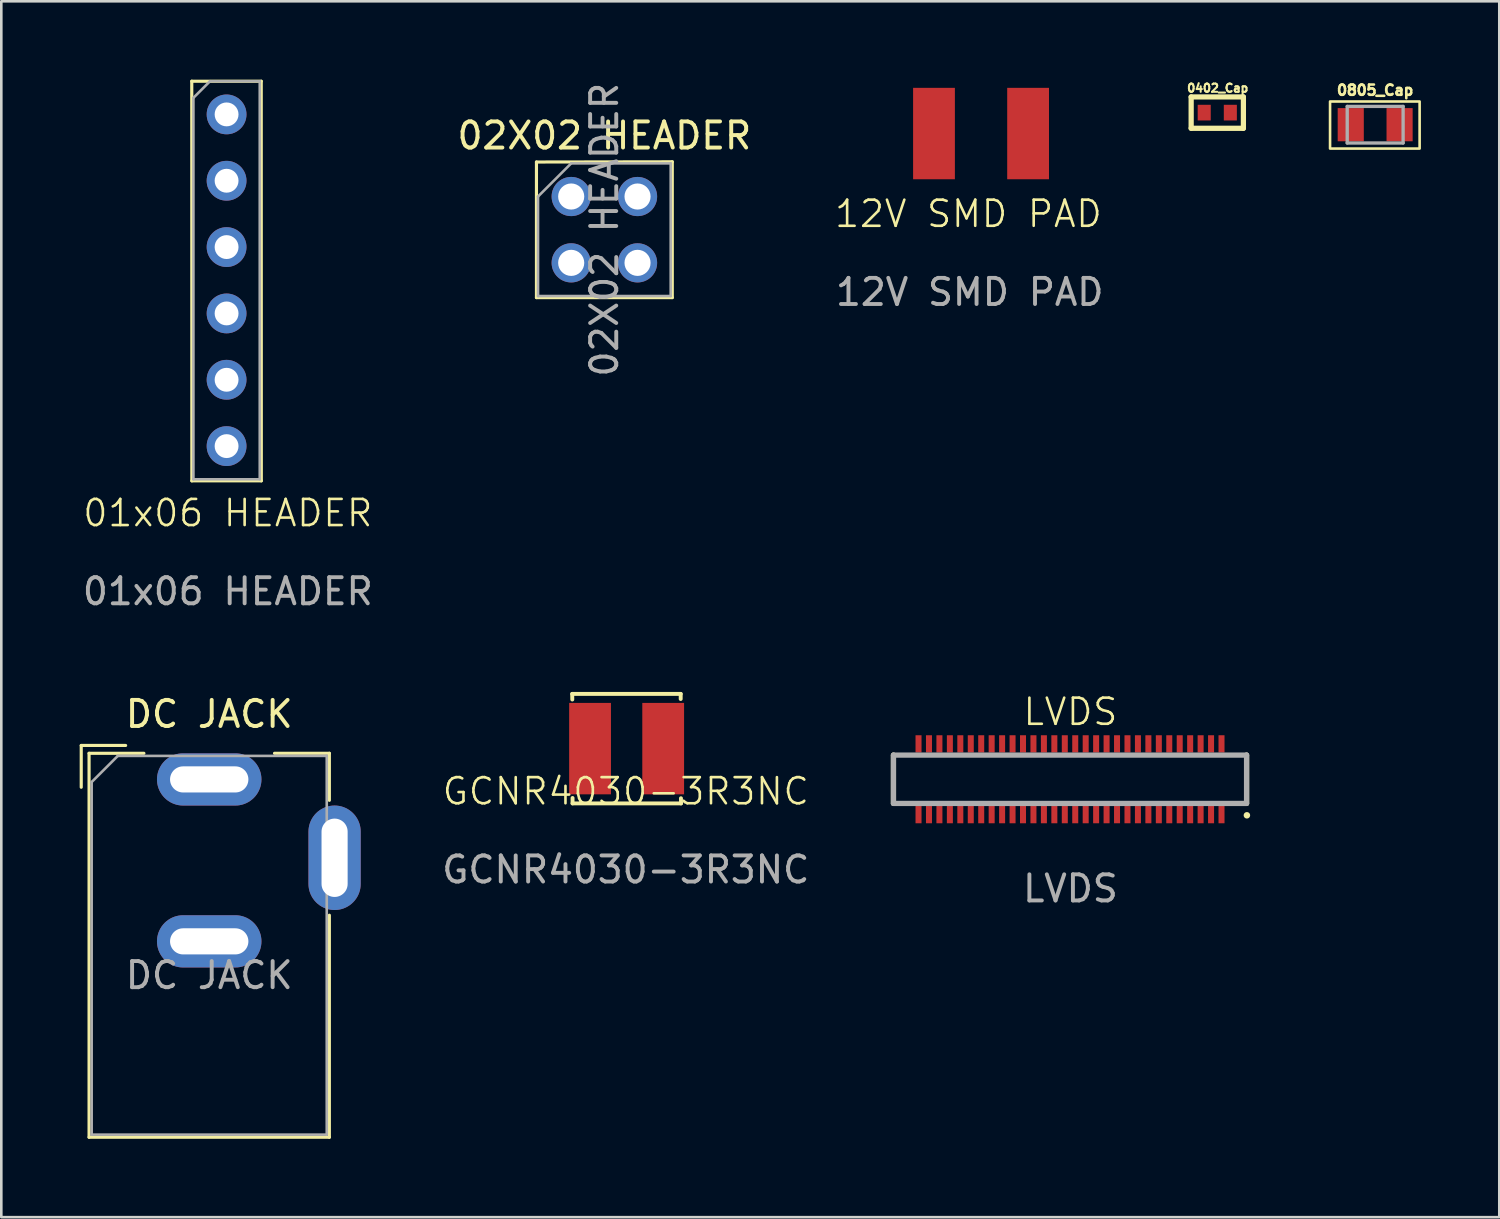
<source format=kicad_pcb>
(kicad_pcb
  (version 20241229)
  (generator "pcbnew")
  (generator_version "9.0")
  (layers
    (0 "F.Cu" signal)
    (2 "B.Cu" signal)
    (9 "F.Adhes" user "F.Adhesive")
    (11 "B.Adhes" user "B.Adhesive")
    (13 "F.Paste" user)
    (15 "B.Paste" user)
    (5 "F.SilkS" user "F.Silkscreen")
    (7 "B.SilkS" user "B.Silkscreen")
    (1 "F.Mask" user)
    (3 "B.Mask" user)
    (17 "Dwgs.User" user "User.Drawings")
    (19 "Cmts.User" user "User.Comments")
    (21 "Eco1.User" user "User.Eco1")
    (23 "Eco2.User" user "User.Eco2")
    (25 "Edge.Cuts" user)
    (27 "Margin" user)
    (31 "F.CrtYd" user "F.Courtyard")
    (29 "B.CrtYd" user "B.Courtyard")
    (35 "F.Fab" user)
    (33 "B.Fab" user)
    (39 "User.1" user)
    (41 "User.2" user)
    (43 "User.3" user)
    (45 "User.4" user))
  (footprint "02X02 HEADER"
    (layer "F.Cu")
    (at 18.819 4.474)
    (property "Reference" "02X02 HEADER" (at 1.27 -2.33 0) (layer "F.SilkS") (effects (font (size 1 1) (thickness 0.15))))
    (attr through_hole)
    (fp_line (start -1.33 -1.321) (end -1.33 3.87) (stroke (width 0.12) (type solid)) (layer "F.SilkS"))
    (fp_line (start -1.33 -1.321) (end 3.87 -1.33) (stroke (width 0.12) (type solid)) (layer "F.SilkS"))
    (fp_line (start -1.33 3.87) (end 3.87 3.87) (stroke (width 0.12) (type solid)) (layer "F.SilkS"))
    (fp_line (start 3.87 -1.33) (end 3.87 3.87) (stroke (width 0.12) (type solid)) (layer "F.SilkS"))
    (fp_line (start -1.27 0) (end 0 -1.27) (stroke (width 0.1) (type solid)) (layer "F.Fab"))
    (fp_line (start -1.27 3.81) (end -1.27 0) (stroke (width 0.1) (type solid)) (layer "F.Fab"))
    (fp_line (start 0 -1.27) (end 3.81 -1.27) (stroke (width 0.1) (type solid)) (layer "F.Fab"))
    (fp_line (start 3.81 -1.27) (end 3.81 3.81) (stroke (width 0.1) (type solid)) (layer "F.Fab"))
    (fp_line (start 3.81 3.81) (end -1.27 3.81) (stroke (width 0.1) (type solid)) (layer "F.Fab"))
    (fp_text user "${REFERENCE}" (at 1.27 1.27 90) (layer "F.Fab") (effects (font (size 1 1) (thickness 0.15))))
    (pad "1" thru_hole circle (at 0 0) (size 1.5 1.5) (drill 1) (layers "*.Cu" "*.Mask"))
    (pad "2" thru_hole circle (at 2.54 0) (size 1.5 1.5) (drill 1) (layers "*.Cu" "*.Mask"))
    (pad "3" thru_hole circle (at 0 2.54) (size 1.5 1.5) (drill 1) (layers "*.Cu" "*.Mask"))
    (pad "4" thru_hole circle (at 2.54 2.54) (size 1.5 1.5) (drill 1) (layers "*.Cu" "*.Mask")))
  (footprint "DC JACK"
    (layer "F.Cu")
    (at 4.96 26.791)
    (property "Reference" "DC JACK" (at 0 -2.5 0) (layer "F.SilkS") (effects (font (size 1 1) (thickness 0.15))))
    (attr through_hole)
    (fp_line (start -4.9 -1.3) (end -4.9 0.3) (stroke (width 0.12) (type solid)) (layer "F.SilkS"))
    (fp_line (start -4.6 -1) (end -2.5 -1) (stroke (width 0.12) (type solid)) (layer "F.SilkS"))
    (fp_line (start -4.6 13.7) (end -4.6 -1) (stroke (width 0.12) (type solid)) (layer "F.SilkS"))
    (fp_line (start -3.2 -1.3) (end -4.9 -1.3) (stroke (width 0.12) (type solid)) (layer "F.SilkS"))
    (fp_line (start 2.5 -1) (end 4.6 -1) (stroke (width 0.12) (type solid)) (layer "F.SilkS"))
    (fp_line (start 4.6 -1) (end 4.6 0.8) (stroke (width 0.12) (type solid)) (layer "F.SilkS"))
    (fp_line (start 4.6 5.2) (end 4.6 13.7) (stroke (width 0.12) (type solid)) (layer "F.SilkS"))
    (fp_line (start 4.6 13.7) (end -4.6 13.7) (stroke (width 0.12) (type solid)) (layer "F.SilkS"))
    (fp_line (start -4.5 0.1) (end -3.5 -0.9) (stroke (width 0.1) (type solid)) (layer "F.Fab"))
    (fp_line (start -4.5 13.6) (end -4.5 0.1) (stroke (width 0.1) (type solid)) (layer "F.Fab"))
    (fp_line (start 4.5 -0.9) (end -3.5 -0.9) (stroke (width 0.1) (type solid)) (layer "F.Fab"))
    (fp_line (start 4.5 -0.9) (end 4.5 13.6) (stroke (width 0.1) (type solid)) (layer "F.Fab"))
    (fp_line (start 4.5 13.6) (end -4.5 13.6) (stroke (width 0.1) (type solid)) (layer "F.Fab"))
    (fp_text user "${REFERENCE}" (at 0 7.5 0) (layer "F.Fab") (effects (font (size 1 1) (thickness 0.15))))
    (pad "1" thru_hole oval (at 0 0) (size 4 2) (drill oval 3 1) (layers "*.Cu" "*.Mask"))
    (pad "2" thru_hole oval (at 0 6.2) (size 4 2) (drill oval 3 1) (layers "*.Cu" "*.Mask"))
    (pad "3" thru_hole oval (at 4.8 3 90) (size 4 2) (drill oval 3 1) (layers "*.Cu" "*.Mask")))
  (footprint "LVDS"
    (layer "F.Cu")
    (at 37.933 28.47)
    (property "Reference" "LVDS" (at 0 -4.267 0) (unlocked yes) (layer "F.SilkS") (effects (font (size 1 1) (thickness 0.1))))
    (attr smd)
    (fp_line (start -6.776 -0.76) (end -6.776 -2.61) (stroke (width 0.2) (type solid)) (layer "F.SilkS"))
    (fp_line (start 6.744 -2.61) (end 6.744 -0.76) (stroke (width 0.2) (type solid)) (layer "F.SilkS"))
    (fp_line (start 6.756 -0.305) (end 6.756 -0.305) (stroke (width 0.25) (type default)) (layer "F.SilkS"))
    (fp_line (start -6.776 -2.61) (end 6.744 -2.61) (stroke (width 0.2) (type solid)) (layer "F.Fab"))
    (fp_line (start -6.776 -0.76) (end -6.776 -2.61) (stroke (width 0.2) (type solid)) (layer "F.Fab"))
    (fp_line (start 6.744 -2.61) (end 6.744 -0.76) (stroke (width 0.2) (type solid)) (layer "F.Fab"))
    (fp_line (start 6.744 -0.76) (end -6.776 -0.76) (stroke (width 0.2) (type solid)) (layer "F.Fab"))
    (fp_text user "${REFERENCE}" (at 0 2.5 0) (unlocked yes) (layer "F.Fab") (effects (font (size 1 1) (thickness 0.15))))
    (pad "1" smd rect (at 5.784 -0.33) (size 0.23 0.66) (layers "F.Cu" "F.Mask" "F.Paste"))
    (pad "2" smd rect (at 5.384 -0.33) (size 0.23 0.66) (layers "F.Cu" "F.Mask" "F.Paste"))
    (pad "3" smd rect (at 4.984 -0.33) (size 0.23 0.66) (layers "F.Cu" "F.Mask" "F.Paste"))
    (pad "4" smd rect (at 4.584 -0.33) (size 0.23 0.66) (layers "F.Cu" "F.Mask" "F.Paste"))
    (pad "5" smd rect (at 4.184 -0.33) (size 0.23 0.66) (layers "F.Cu" "F.Mask" "F.Paste"))
    (pad "6" smd rect (at 3.784 -0.33) (size 0.23 0.66) (layers "F.Cu" "F.Mask" "F.Paste"))
    (pad "7" smd rect (at 3.384 -0.33) (size 0.23 0.66) (layers "F.Cu" "F.Mask" "F.Paste"))
    (pad "8" smd rect (at 2.984 -0.33) (size 0.23 0.66) (layers "F.Cu" "F.Mask" "F.Paste"))
    (pad "9" smd rect (at 2.584 -0.33) (size 0.23 0.66) (layers "F.Cu" "F.Mask" "F.Paste"))
    (pad "10" smd rect (at 2.184 -0.33) (size 0.23 0.66) (layers "F.Cu" "F.Mask" "F.Paste"))
    (pad "11" smd rect (at 1.784 -0.33) (size 0.23 0.66) (layers "F.Cu" "F.Mask" "F.Paste"))
    (pad "12" smd rect (at 1.384 -0.33) (size 0.23 0.66) (layers "F.Cu" "F.Mask" "F.Paste"))
    (pad "13" smd rect (at 0.984 -0.33) (size 0.23 0.66) (layers "F.Cu" "F.Mask" "F.Paste"))
    (pad "14" smd rect (at 0.584 -0.33) (size 0.23 0.66) (layers "F.Cu" "F.Mask" "F.Paste"))
    (pad "15" smd rect (at 0.184 -0.33) (size 0.23 0.66) (layers "F.Cu" "F.Mask" "F.Paste"))
    (pad "16" smd rect (at -0.216 -0.33) (size 0.23 0.66) (layers "F.Cu" "F.Mask" "F.Paste"))
    (pad "17" smd rect (at -0.616 -0.33) (size 0.23 0.66) (layers "F.Cu" "F.Mask" "F.Paste"))
    (pad "18" smd rect (at -1.016 -0.33) (size 0.23 0.66) (layers "F.Cu" "F.Mask" "F.Paste"))
    (pad "19" smd rect (at -1.416 -0.33) (size 0.23 0.66) (layers "F.Cu" "F.Mask" "F.Paste"))
    (pad "20" smd rect (at -1.816 -0.33) (size 0.23 0.66) (layers "F.Cu" "F.Mask" "F.Paste"))
    (pad "21" smd rect (at -2.216 -0.33) (size 0.23 0.66) (layers "F.Cu" "F.Mask" "F.Paste"))
    (pad "22" smd rect (at -2.616 -0.33) (size 0.23 0.66) (layers "F.Cu" "F.Mask" "F.Paste"))
    (pad "23" smd rect (at -3.016 -0.33) (size 0.23 0.66) (layers "F.Cu" "F.Mask" "F.Paste"))
    (pad "24" smd rect (at -3.416 -0.33) (size 0.23 0.66) (layers "F.Cu" "F.Mask" "F.Paste"))
    (pad "25" smd rect (at -3.816 -0.33) (size 0.23 0.66) (layers "F.Cu" "F.Mask" "F.Paste"))
    (pad "26" smd rect (at -4.216 -0.33) (size 0.23 0.66) (layers "F.Cu" "F.Mask" "F.Paste"))
    (pad "27" smd rect (at -4.616 -0.33) (size 0.23 0.66) (layers "F.Cu" "F.Mask" "F.Paste"))
    (pad "28" smd rect (at -5.016 -0.33) (size 0.23 0.66) (layers "F.Cu" "F.Mask" "F.Paste"))
    (pad "29" smd rect (at -5.416 -0.33) (size 0.23 0.66) (layers "F.Cu" "F.Mask" "F.Paste"))
    (pad "30" smd rect (at -5.816 -0.33) (size 0.23 0.66) (layers "F.Cu" "F.Mask" "F.Paste"))
    (pad "31" smd rect (at -5.816 -3.04) (size 0.23 0.66) (layers "F.Cu" "F.Mask" "F.Paste"))
    (pad "32" smd rect (at -5.416 -3.04) (size 0.23 0.66) (layers "F.Cu" "F.Mask" "F.Paste"))
    (pad "33" smd rect (at -5.016 -3.04) (size 0.23 0.66) (layers "F.Cu" "F.Mask" "F.Paste"))
    (pad "34" smd rect (at -4.616 -3.04) (size 0.23 0.66) (layers "F.Cu" "F.Mask" "F.Paste"))
    (pad "35" smd rect (at -4.216 -3.04) (size 0.23 0.66) (layers "F.Cu" "F.Mask" "F.Paste"))
    (pad "36" smd rect (at -3.816 -3.04) (size 0.23 0.66) (layers "F.Cu" "F.Mask" "F.Paste"))
    (pad "37" smd rect (at -3.416 -3.04) (size 0.23 0.66) (layers "F.Cu" "F.Mask" "F.Paste"))
    (pad "38" smd rect (at -3.016 -3.04) (size 0.23 0.66) (layers "F.Cu" "F.Mask" "F.Paste"))
    (pad "39" smd rect (at -2.616 -3.04) (size 0.23 0.66) (layers "F.Cu" "F.Mask" "F.Paste"))
    (pad "40" smd rect (at -2.216 -3.04) (size 0.23 0.66) (layers "F.Cu" "F.Mask" "F.Paste"))
    (pad "41" smd rect (at -1.816 -3.04) (size 0.23 0.66) (layers "F.Cu" "F.Mask" "F.Paste"))
    (pad "42" smd rect (at -1.416 -3.04) (size 0.23 0.66) (layers "F.Cu" "F.Mask" "F.Paste"))
    (pad "43" smd rect (at -1.016 -3.04) (size 0.23 0.66) (layers "F.Cu" "F.Mask" "F.Paste"))
    (pad "44" smd rect (at -0.616 -3.04) (size 0.23 0.66) (layers "F.Cu" "F.Mask" "F.Paste"))
    (pad "45" smd rect (at -0.216 -3.04) (size 0.23 0.66) (layers "F.Cu" "F.Mask" "F.Paste"))
    (pad "46" smd rect (at 0.184 -3.04) (size 0.23 0.66) (layers "F.Cu" "F.Mask" "F.Paste"))
    (pad "47" smd rect (at 0.584 -3.04) (size 0.23 0.66) (layers "F.Cu" "F.Mask" "F.Paste"))
    (pad "48" smd rect (at 0.984 -3.04) (size 0.23 0.66) (layers "F.Cu" "F.Mask" "F.Paste"))
    (pad "49" smd rect (at 1.384 -3.04) (size 0.23 0.66) (layers "F.Cu" "F.Mask" "F.Paste"))
    (pad "50" smd rect (at 1.784 -3.04) (size 0.23 0.66) (layers "F.Cu" "F.Mask" "F.Paste"))
    (pad "51" smd rect (at 2.184 -3.04) (size 0.23 0.66) (layers "F.Cu" "F.Mask" "F.Paste"))
    (pad "52" smd rect (at 2.584 -3.04) (size 0.23 0.66) (layers "F.Cu" "F.Mask" "F.Paste"))
    (pad "53" smd rect (at 2.984 -3.04) (size 0.23 0.66) (layers "F.Cu" "F.Mask" "F.Paste"))
    (pad "54" smd rect (at 3.384 -3.04) (size 0.23 0.66) (layers "F.Cu" "F.Mask" "F.Paste"))
    (pad "55" smd rect (at 3.784 -3.04) (size 0.23 0.66) (layers "F.Cu" "F.Mask" "F.Paste"))
    (pad "56" smd rect (at 4.184 -3.04) (size 0.23 0.66) (layers "F.Cu" "F.Mask" "F.Paste"))
    (pad "57" smd rect (at 4.584 -3.04) (size 0.23 0.66) (layers "F.Cu" "F.Mask" "F.Paste"))
    (pad "58" smd rect (at 4.984 -3.04) (size 0.23 0.66) (layers "F.Cu" "F.Mask" "F.Paste"))
    (pad "59" smd rect (at 5.384 -3.04) (size 0.23 0.66) (layers "F.Cu" "F.Mask" "F.Paste"))
    (pad "60" smd rect (at 5.784 -3.04) (size 0.23 0.66) (layers "F.Cu" "F.Mask" "F.Paste")))
  (footprint "0402_Cap"
    (layer "F.Cu")
    (at 43.572 1.237)
    (property "Reference" "0402_Cap" (at 0 -0.914 0) (layer "F.SilkS") (effects (font (size 0.315 0.315) (thickness 0.079))))
    (attr smd)
    (fp_line (start -1.017 0.625) (end -1.017 -0.575) (stroke (width 0.2) (type solid)) (layer "F.SilkS"))
    (fp_line (start 0.983 -0.575) (end -1.017 -0.575) (stroke (width 0.2) (type solid)) (layer "F.SilkS"))
    (fp_line (start 0.983 0.625) (end -1.017 0.625) (stroke (width 0.2) (type solid)) (layer "F.SilkS"))
    (fp_line (start 0.983 0.625) (end 0.983 -0.575) (stroke (width 0.2) (type solid)) (layer "F.SilkS"))
    (fp_line (start -1.017 0.625) (end -1.017 -0.575) (stroke (width 0.2) (type solid)) (layer "Eco1.User"))
    (fp_line (start 0.983 -0.575) (end -1.017 -0.575) (stroke (width 0.2) (type solid)) (layer "Eco1.User"))
    (fp_line (start 0.983 0.625) (end -1.017 0.625) (stroke (width 0.2) (type solid)) (layer "Eco1.User"))
    (fp_line (start 0.983 0.625) (end 0.983 -0.575) (stroke (width 0.2) (type solid)) (layer "Eco1.User"))
    (pad "1" smd rect (at 0.483 0.025 180) (size 0.5 0.6) (layers "F.Cu" "F.Mask" "F.Paste"))
    (pad "2" smd rect (at -0.517 0.025 180) (size 0.5 0.6) (layers "F.Cu" "F.Mask" "F.Paste")))
  (footprint "12V SMD PAD"
    (layer "F.Cu")
    (at 34.077 4.197)
    (property "Reference" "12V SMD PAD" (at -0.051 0.94 0) (unlocked yes) (layer "F.SilkS") (effects (font (size 1 1) (thickness 0.1))))
    (attr smd)
    (fp_line (start -1.968 -4.134) (end -1.968 -0.134) (stroke (width 0.127) (type solid)) (layer "Eco1.User"))
    (fp_line (start 2.819 -4.134) (end -1.968 -4.134) (stroke (width 0.127) (type solid)) (layer "Eco1.User"))
    (fp_line (start 2.819 -4.134) (end 2.819 -0.134) (stroke (width 0.127) (type solid)) (layer "Eco1.User"))
    (fp_line (start 2.819 -0.134) (end -1.968 -0.134) (stroke (width 0.127) (type solid)) (layer "Eco1.User"))
    (fp_text user "${REFERENCE}" (at 0 3.937 0) (unlocked yes) (layer "F.Fab") (effects (font (size 1 1) (thickness 0.15))))
    (pad "1" smd rect (at -1.368 -2.134) (size 1.6 3.5) (layers "F.Cu" "F.Mask" "F.Paste"))
    (pad "2" smd rect (at 2.235 -2.134) (size 1.6 3.5) (layers "F.Cu" "F.Mask" "F.Paste")))
  (footprint "0805_Cap"
    (layer "F.Cu")
    (at 49.6 1.724)
    (property "Reference" "0805_Cap" (at 0 -1.321 0) (layer "F.SilkS") (effects (font (size 0.394 0.394) (thickness 0.098))))
    (attr smd)
    (fp_rect (start -1.727 -0.889) (end 1.702 0.914) (stroke (width 0.1) (type default)) (fill no) (layer "F.SilkS"))
    (fp_line (start -1.07 0.7) (end -1.07 -0.7) (stroke (width 0.127) (type solid)) (layer "F.Fab"))
    (fp_line (start 1.07 -0.7) (end -1.07 -0.7) (stroke (width 0.127) (type solid)) (layer "F.Fab"))
    (fp_line (start 1.07 0.7) (end -1.07 0.7) (stroke (width 0.127) (type solid)) (layer "F.Fab"))
    (fp_line (start 1.07 0.7) (end 1.07 -0.7) (stroke (width 0.127) (type solid)) (layer "F.Fab"))
    (pad "1" smd rect (at -0.935 0) (size 1 1.27) (layers "F.Cu" "F.Mask" "F.Paste"))
    (pad "2" smd rect (at 0.935 0) (size 1 1.27) (layers "F.Cu" "F.Mask" "F.Paste")))
  (footprint "GCNR4030-3R3NC"
    (layer "F.Cu")
    (at 20.909 27.746)
    (property "Reference" "GCNR4030-3R3NC" (at 0 -0.5 0) (unlocked yes) (layer "F.SilkS") (effects (font (size 1 1) (thickness 0.1))))
    (attr smd)
    (fp_line (start -2.051 -4.229) (end -2.048 -4.014) (stroke (width 0.15) (type solid)) (layer "F.SilkS"))
    (fp_line (start -2.038 -0.244) (end -2.038 -0.037) (stroke (width 0.15) (type solid)) (layer "F.SilkS"))
    (fp_line (start 2.102 -4.229) (end -2.051 -4.229) (stroke (width 0.15) (type solid)) (layer "F.SilkS"))
    (fp_line (start 2.102 -4.229) (end 2.102 -4.034) (stroke (width 0.15) (type solid)) (layer "F.SilkS"))
    (fp_line (start 2.112 -0.234) (end 2.115 -0.037) (stroke (width 0.15) (type solid)) (layer "F.SilkS"))
    (fp_line (start 2.115 -0.037) (end -2.038 -0.037) (stroke (width 0.15) (type solid)) (layer "F.SilkS"))
    (fp_line (start -1.968 -4.134) (end -1.968 -0.134) (stroke (width 0.127) (type solid)) (layer "Eco1.User"))
    (fp_line (start 2.032 -4.134) (end -1.968 -4.134) (stroke (width 0.127) (type solid)) (layer "Eco1.User"))
    (fp_line (start 2.032 -4.134) (end 2.032 -0.134) (stroke (width 0.127) (type solid)) (layer "Eco1.User"))
    (fp_line (start 2.032 -0.134) (end -1.968 -0.134) (stroke (width 0.127) (type solid)) (layer "Eco1.User"))
    (fp_text user "${REFERENCE}" (at 0 2.5 0) (unlocked yes) (layer "F.Fab") (effects (font (size 1 1) (thickness 0.15))))
    (pad "1" smd rect (at -1.368 -2.134) (size 1.6 3.5) (layers "F.Cu" "F.Mask" "F.Paste"))
    (pad "2" smd rect (at 1.432 -2.134) (size 1.6 3.5) (layers "F.Cu" "F.Mask" "F.Paste")))
  (footprint "01x06 HEADER"
    (layer "F.Cu")
    (at 5.571 15.833)
    (property "Reference" "01x06 HEADER" (at 0.102 0.761 0) (unlocked yes) (layer "F.SilkS") (effects (font (size 1 1) (thickness 0.1))))
    (attr through_hole)
    (fp_line (start -1.279 -15.773) (end -1.276 -0.473) (stroke (width 0.12) (type solid)) (layer "F.SilkS"))
    (fp_line (start -1.279 -15.773) (end 1.381 -15.773) (stroke (width 0.12) (type solid)) (layer "F.SilkS"))
    (fp_line (start -1.276 -0.473) (end 1.384 -0.473) (stroke (width 0.12) (type solid)) (layer "F.SilkS"))
    (fp_line (start 1.381 -15.773) (end 1.384 -0.473) (stroke (width 0.12) (type solid)) (layer "F.SilkS"))
    (fp_line (start -1.216 -15.138) (end -0.581 -15.773) (stroke (width 0.1) (type solid)) (layer "F.Fab"))
    (fp_line (start -1.216 -0.533) (end -1.216 -15.138) (stroke (width 0.1) (type solid)) (layer "F.Fab"))
    (fp_line (start -0.581 -15.773) (end 1.324 -15.773) (stroke (width 0.1) (type solid)) (layer "F.Fab"))
    (fp_line (start 1.324 -15.773) (end 1.324 -0.533) (stroke (width 0.1) (type solid)) (layer "F.Fab"))
    (fp_line (start 1.324 -0.533) (end -1.216 -0.533) (stroke (width 0.1) (type solid)) (layer "F.Fab"))
    (fp_text user "${REFERENCE}" (at 0.102 3.761 0) (unlocked yes) (layer "F.Fab") (effects (font (size 1 1) (thickness 0.15))))
    (pad "1" thru_hole circle (at 0.054 -14.503) (size 1.524 1.524) (drill 0.914) (layers "*.Cu" "*.Mask"))
    (pad "2" thru_hole circle (at 0.054 -11.963) (size 1.524 1.524) (drill 0.914) (layers "*.Cu" "*.Mask"))
    (pad "3" thru_hole circle (at 0.054 -9.423) (size 1.524 1.524) (drill 0.914) (layers "*.Cu" "*.Mask"))
    (pad "4" thru_hole circle (at 0.054 -6.883) (size 1.524 1.524) (drill 0.914) (layers "*.Cu" "*.Mask"))
    (pad "5" thru_hole circle (at 0.054 -4.343) (size 1.524 1.524) (drill 0.914) (layers "*.Cu" "*.Mask"))
    (pad "6" thru_hole circle (at 0.054 -1.803) (size 1.524 1.524) (drill 0.914) (layers "*.Cu" "*.Mask")))
  (gr_rect
    (start -3 -3)
    (end 54.352 43.55)
    (stroke (width 0.1) (type default))
    (fill no)
    (layer "Edge.Cuts")))
</source>
